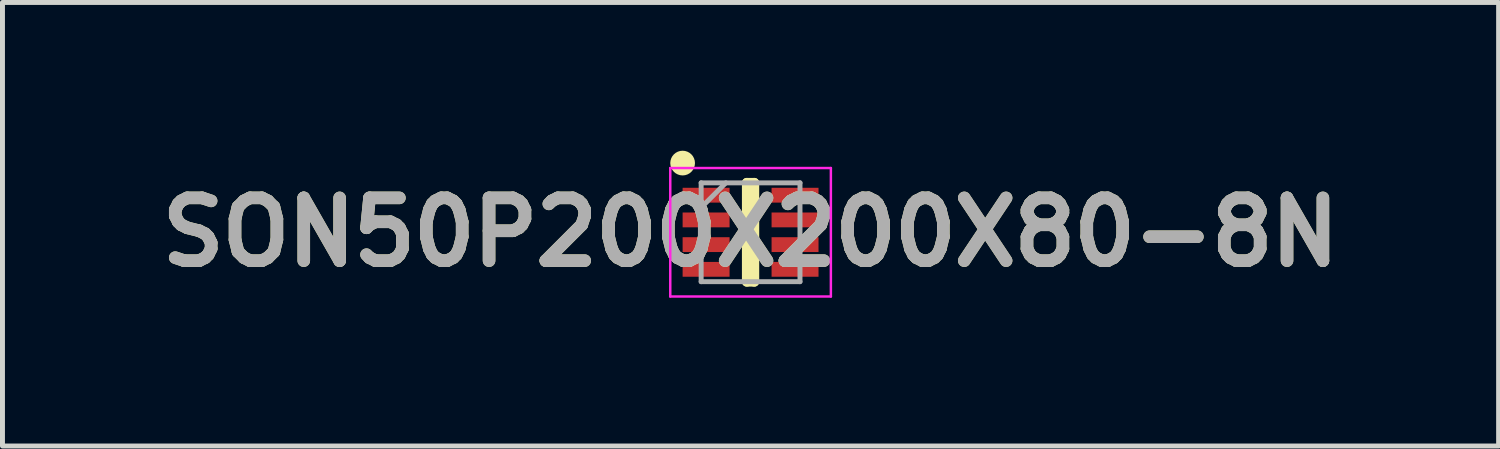
<source format=kicad_pcb>
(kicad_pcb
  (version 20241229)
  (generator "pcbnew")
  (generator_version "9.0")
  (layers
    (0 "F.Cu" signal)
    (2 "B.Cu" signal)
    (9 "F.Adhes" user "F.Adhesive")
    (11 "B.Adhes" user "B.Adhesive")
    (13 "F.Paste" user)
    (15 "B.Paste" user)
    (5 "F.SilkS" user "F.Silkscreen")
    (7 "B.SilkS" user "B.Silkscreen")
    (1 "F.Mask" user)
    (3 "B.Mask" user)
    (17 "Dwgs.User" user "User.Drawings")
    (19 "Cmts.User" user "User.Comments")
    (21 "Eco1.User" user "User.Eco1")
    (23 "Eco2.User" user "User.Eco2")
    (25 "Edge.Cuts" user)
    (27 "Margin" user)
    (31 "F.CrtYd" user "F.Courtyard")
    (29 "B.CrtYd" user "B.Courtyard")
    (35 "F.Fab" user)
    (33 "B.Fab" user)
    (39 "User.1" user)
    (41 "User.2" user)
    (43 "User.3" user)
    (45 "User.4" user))
  (footprint "SON50P200X200X80-8N"
    (layer "F.Cu")
    (at 12.138 1.65)
    (property "Reference" "SON50P200X200X80-8N" (at 0 0 0) (layer "F.SilkS") (effects (font (size 1.27 1.27) (thickness 0.254))))
    (attr smd)
    (fp_line (start -0.075 -1) (end 0.075 -1) (stroke (width 0.2) (type solid)) (layer "F.SilkS"))
    (fp_line (start -0.075 1) (end -0.075 -1) (stroke (width 0.2) (type solid)) (layer "F.SilkS"))
    (fp_line (start 0.075 -1) (end 0.075 1) (stroke (width 0.2) (type solid)) (layer "F.SilkS"))
    (fp_line (start 0.075 1) (end -0.075 1) (stroke (width 0.2) (type solid)) (layer "F.SilkS"))
    (fp_circle (center -1.375 -1.4) (end -1.375 -1.275) (stroke (width 0.25) (type solid)) (fill no) (layer "F.SilkS"))
    (fp_line (start -1.625 -1.3) (end 1.625 -1.3) (stroke (width 0.05) (type solid)) (layer "F.CrtYd"))
    (fp_line (start -1.625 1.3) (end -1.625 -1.3) (stroke (width 0.05) (type solid)) (layer "F.CrtYd"))
    (fp_line (start 1.625 -1.3) (end 1.625 1.3) (stroke (width 0.05) (type solid)) (layer "F.CrtYd"))
    (fp_line (start 1.625 1.3) (end -1.625 1.3) (stroke (width 0.05) (type solid)) (layer "F.CrtYd"))
    (fp_line (start -1 -1) (end 1 -1) (stroke (width 0.1) (type solid)) (layer "F.Fab"))
    (fp_line (start -1 -0.5) (end -0.5 -1) (stroke (width 0.1) (type solid)) (layer "F.Fab"))
    (fp_line (start -1 1) (end -1 -1) (stroke (width 0.1) (type solid)) (layer "F.Fab"))
    (fp_line (start 1 -1) (end 1 1) (stroke (width 0.1) (type solid)) (layer "F.Fab"))
    (fp_line (start 1 1) (end -1 1) (stroke (width 0.1) (type solid)) (layer "F.Fab"))
    (fp_text user "${REFERENCE}" (at 0 0 0) (layer "F.Fab") (effects (font (size 1.27 1.27) (thickness 0.254))))
    (pad "1" smd rect (at -0.9 -0.75 90) (size 0.3 0.95) (layers "F.Cu" "F.Mask" "F.Paste"))
    (pad "2" smd rect (at -0.9 -0.25 90) (size 0.3 0.95) (layers "F.Cu" "F.Mask" "F.Paste"))
    (pad "3" smd rect (at -0.9 0.25 90) (size 0.3 0.95) (layers "F.Cu" "F.Mask" "F.Paste"))
    (pad "4" smd rect (at -0.9 0.75 90) (size 0.3 0.95) (layers "F.Cu" "F.Mask" "F.Paste"))
    (pad "5" smd rect (at 0.9 0.75 90) (size 0.3 0.95) (layers "F.Cu" "F.Mask" "F.Paste"))
    (pad "6" smd rect (at 0.9 0.25 90) (size 0.3 0.95) (layers "F.Cu" "F.Mask" "F.Paste"))
    (pad "7" smd rect (at 0.9 -0.25 90) (size 0.3 0.95) (layers "F.Cu" "F.Mask" "F.Paste"))
    (pad "8" smd rect (at 0.9 -0.75 90) (size 0.3 0.95) (layers "F.Cu" "F.Mask" "F.Paste")))
  (gr_rect
    (start -3 -3)
    (end 27.275 5.975)
    (stroke (width 0.1) (type default))
    (fill no)
    (layer "Edge.Cuts")))
</source>
